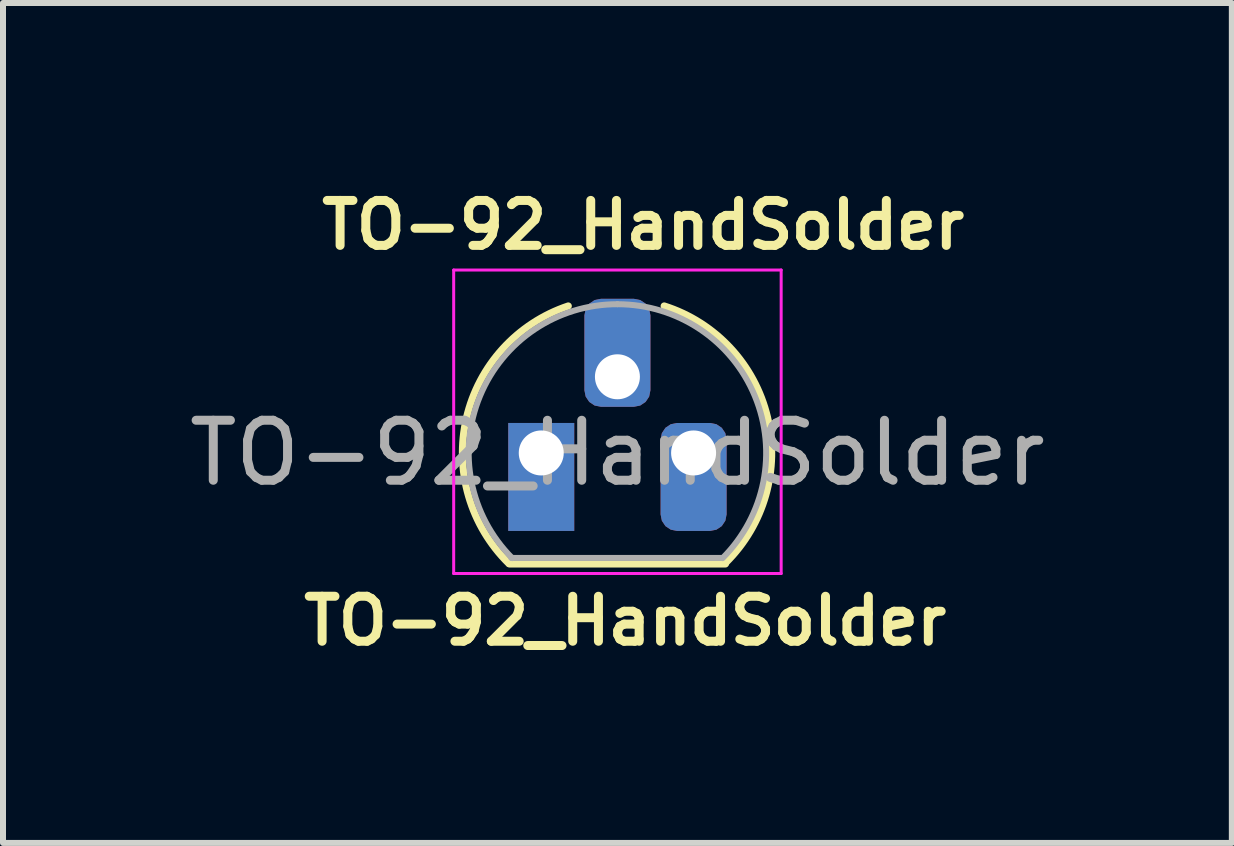
<source format=kicad_pcb>
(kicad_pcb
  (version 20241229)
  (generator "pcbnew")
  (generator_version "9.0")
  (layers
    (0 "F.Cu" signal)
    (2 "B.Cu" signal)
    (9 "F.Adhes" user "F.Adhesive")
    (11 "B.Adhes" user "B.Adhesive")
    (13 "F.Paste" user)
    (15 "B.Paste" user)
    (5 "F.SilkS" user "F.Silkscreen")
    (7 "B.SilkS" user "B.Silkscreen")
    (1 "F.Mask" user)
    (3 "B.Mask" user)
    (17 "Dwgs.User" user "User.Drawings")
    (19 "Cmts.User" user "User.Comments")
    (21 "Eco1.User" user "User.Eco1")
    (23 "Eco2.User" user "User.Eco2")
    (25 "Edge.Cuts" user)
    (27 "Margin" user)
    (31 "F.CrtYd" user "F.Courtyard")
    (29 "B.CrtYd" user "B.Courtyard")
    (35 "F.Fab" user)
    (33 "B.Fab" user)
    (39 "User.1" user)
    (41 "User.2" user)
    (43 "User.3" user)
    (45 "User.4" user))
  (footprint "TO-92_HandSolder"
    (layer "F.Cu")
    (at 5.974 4.502)
    (property "Reference" "TO-92_HandSolder" (at 1.7 -3.8 0) (layer "F.SilkS") (effects (font (size 0.75 0.75) (thickness 0.15))))
    (property "Value" "TO-92_HandSolder" (at 1.27 2.79 0) (layer "F.Fab") (hide yes) (effects (font (size 1 1) (thickness 0.15))))
    (attr through_hole)
    (fp_line (start -0.53 1.85) (end 3.07 1.85) (stroke (width 0.12) (type solid)) (layer "F.SilkS"))
    (fp_arc (start -0.541875 1.841741) (mid -1.247231 -0.581764) (end 0.45 -2.45) (stroke (width 0.12) (type solid)) (layer "F.SilkS"))
    (fp_arc (start 2.05 -2.45) (mid 3.769931 -0.601036) (end 3.078445 1.827684) (stroke (width 0.12) (type solid)) (layer "F.SilkS"))
    (fp_line (start -1.46 -3.05) (end -1.46 2.01) (stroke (width 0.05) (type solid)) (layer "F.CrtYd"))
    (fp_line (start -1.46 -3.05) (end 4 -3.05) (stroke (width 0.05) (type solid)) (layer "F.CrtYd"))
    (fp_line (start 4 2.01) (end -1.46 2.01) (stroke (width 0.05) (type solid)) (layer "F.CrtYd"))
    (fp_line (start 4 2.01) (end 4 -3.05) (stroke (width 0.05) (type solid)) (layer "F.CrtYd"))
    (fp_line (start -0.5 1.75) (end 3 1.75) (stroke (width 0.1) (type solid)) (layer "F.Fab"))
    (fp_arc (start -0.483625 1.753625) (mid -1.021221 -0.949055) (end 1.27 -2.48) (stroke (width 0.1) (type solid)) (layer "F.Fab"))
    (fp_arc (start 1.27 -2.48) (mid 3.561221 -0.949055) (end 3.023625 1.753625) (stroke (width 0.1) (type solid)) (layer "F.Fab"))
    (fp_text user "${VALUE}" (at 1.4 2.8 0) (layer "F.SilkS") (effects (font (size 0.75 0.75) (thickness 0.15))))
    (fp_text user "${REFERENCE}" (at 1.27 0 0) (layer "F.Fab") (effects (font (size 1 1) (thickness 0.15))))
    (pad "1" thru_hole rect (at 0 0) (size 1.1 1.8) (drill 0.75 (offset 0 0.4)) (layers "*.Cu" "*.Mask"))
    (pad "2" thru_hole roundrect (at 1.27 -1.27) (size 1.1 1.8) (drill 0.75 (offset 0 -0.4)) (layers "*.Cu" "*.Mask") (roundrect_rratio 0.25))
    (pad "3" thru_hole roundrect (at 2.54 0) (size 1.1 1.8) (drill 0.75 (offset 0 0.4)) (layers "*.Cu" "*.Mask") (roundrect_rratio 0.25)))
  (gr_rect
    (start -3 -3)
    (end 17.488 11.004)
    (stroke (width 0.1) (type default))
    (fill no)
    (layer "Edge.Cuts")))
</source>
